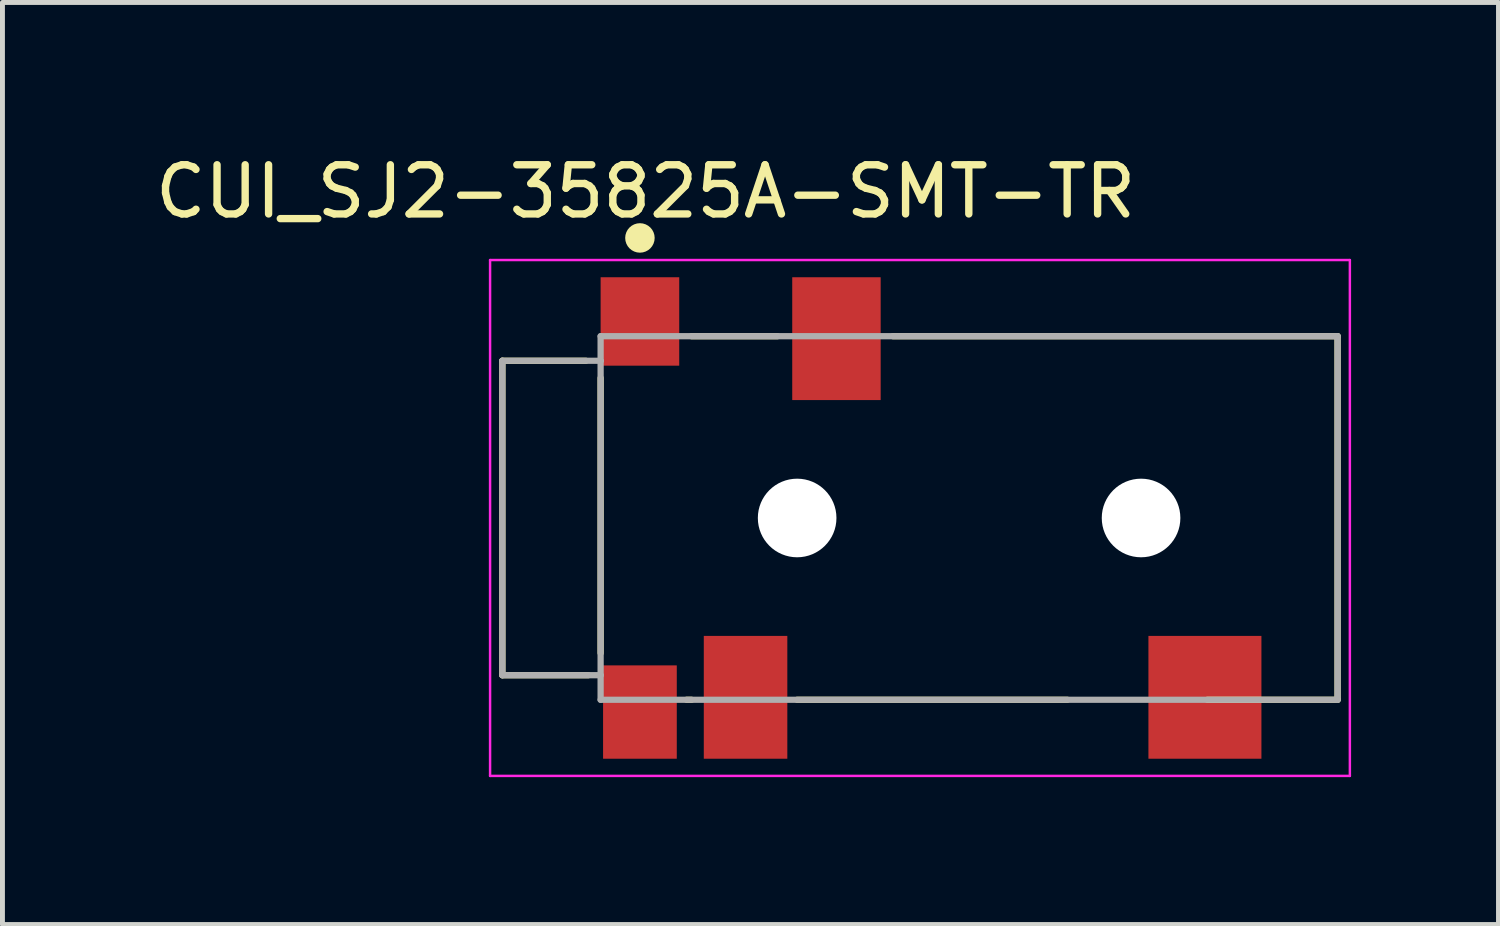
<source format=kicad_pcb>
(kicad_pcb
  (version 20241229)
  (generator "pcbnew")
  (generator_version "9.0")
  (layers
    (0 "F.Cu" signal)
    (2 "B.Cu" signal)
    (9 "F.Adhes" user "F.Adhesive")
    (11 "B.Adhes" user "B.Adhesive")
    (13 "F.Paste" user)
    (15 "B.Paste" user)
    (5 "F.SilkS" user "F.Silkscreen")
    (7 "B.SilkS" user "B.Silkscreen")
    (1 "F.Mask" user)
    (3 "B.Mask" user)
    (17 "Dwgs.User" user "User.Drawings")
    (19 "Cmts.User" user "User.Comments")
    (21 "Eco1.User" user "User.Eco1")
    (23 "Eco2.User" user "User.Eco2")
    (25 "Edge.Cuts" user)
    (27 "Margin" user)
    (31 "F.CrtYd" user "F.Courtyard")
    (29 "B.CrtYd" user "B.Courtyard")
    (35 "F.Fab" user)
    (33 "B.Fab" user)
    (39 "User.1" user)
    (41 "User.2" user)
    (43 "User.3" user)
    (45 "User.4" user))
  (footprint "CUI_SJ2-35825A-SMT-TR"
    (layer "F.Cu")
    (at 16.675 7.493)
    (property "Reference" "CUI_SJ2-35825A-SMT-TR" (at -6.584 -6.644 0) (layer "F.SilkS") (effects (font (size 1.001 1.001) (thickness 0.15))))
    (attr through_hole)
    (fp_line (start -9.5 -3.2) (end -9.5 3.2) (stroke (width 0.127) (type solid)) (layer "F.SilkS"))
    (fp_line (start -9.5 3.2) (end -7.75 3.2) (stroke (width 0.127) (type solid)) (layer "F.SilkS"))
    (fp_line (start -7.8 -3.2) (end -9.5 -3.2) (stroke (width 0.127) (type solid)) (layer "F.SilkS"))
    (fp_line (start -7.5 2.75) (end -7.5 -2.85) (stroke (width 0.127) (type solid)) (layer "F.SilkS"))
    (fp_line (start -5.75 3.7) (end -5.65 3.7) (stroke (width 0.127) (type solid)) (layer "F.SilkS"))
    (fp_line (start -5.65 -3.7) (end -3.9 -3.7) (stroke (width 0.127) (type solid)) (layer "F.SilkS"))
    (fp_line (start -1.55 -3.7) (end 7.5 -3.7) (stroke (width 0.127) (type solid)) (layer "F.SilkS"))
    (fp_line (start 2 3.7) (end -3.5 3.7) (stroke (width 0.127) (type solid)) (layer "F.SilkS"))
    (fp_line (start 7.5 -3.7) (end 7.5 3.7) (stroke (width 0.127) (type solid)) (layer "F.SilkS"))
    (fp_line (start 7.5 3.7) (end 4.85 3.7) (stroke (width 0.127) (type solid)) (layer "F.SilkS"))
    (fp_circle (center -6.7 -5.7) (end -6.55 -5.7) (stroke (width 0.3) (type solid)) (fill no) (layer "F.SilkS"))
    (fp_line (start -9.75 -5.25) (end 7.75 -5.25) (stroke (width 0.05) (type solid)) (layer "F.CrtYd"))
    (fp_line (start -9.75 5.25) (end -9.75 -5.25) (stroke (width 0.05) (type solid)) (layer "F.CrtYd"))
    (fp_line (start 7.75 -5.25) (end 7.75 5.25) (stroke (width 0.05) (type solid)) (layer "F.CrtYd"))
    (fp_line (start 7.75 5.25) (end -9.75 5.25) (stroke (width 0.05) (type solid)) (layer "F.CrtYd"))
    (fp_line (start -9.5 -3.2) (end -9.5 3.2) (stroke (width 0.127) (type solid)) (layer "F.Fab"))
    (fp_line (start -9.5 3.2) (end -7.5 3.2) (stroke (width 0.127) (type solid)) (layer "F.Fab"))
    (fp_line (start -7.5 -3.7) (end -7.5 -3.2) (stroke (width 0.127) (type solid)) (layer "F.Fab"))
    (fp_line (start -7.5 -3.2) (end -9.5 -3.2) (stroke (width 0.127) (type solid)) (layer "F.Fab"))
    (fp_line (start -7.5 -3.2) (end -7.5 3.2) (stroke (width 0.127) (type solid)) (layer "F.Fab"))
    (fp_line (start -7.5 3.2) (end -7.5 3.7) (stroke (width 0.127) (type solid)) (layer "F.Fab"))
    (fp_line (start -7.5 3.7) (end 7.5 3.7) (stroke (width 0.127) (type solid)) (layer "F.Fab"))
    (fp_line (start 7.5 -3.7) (end -7.5 -3.7) (stroke (width 0.127) (type solid)) (layer "F.Fab"))
    (fp_line (start 7.5 3.7) (end 7.5 -3.7) (stroke (width 0.127) (type solid)) (layer "F.Fab"))
    (pad "" np_thru_hole circle (at -3.5 0) (size 1.6 1.6) (drill 1.6) (layers "*.Cu" "*.Mask"))
    (pad "" np_thru_hole circle (at 3.5 0) (size 1.6 1.6) (drill 1.6) (layers "*.Cu" "*.Mask"))
    (pad "1" smd rect (at -6.7 -4) (size 1.6 1.8) (layers "F.Cu" "F.Mask" "F.Paste"))
    (pad "2" smd rect (at 4.8 3.65) (size 2.3 2.5) (layers "F.Cu" "F.Mask" "F.Paste"))
    (pad "3" smd rect (at -2.7 -3.65) (size 1.8 2.5) (layers "F.Cu" "F.Mask" "F.Paste"))
    (pad "4" smd rect (at -4.55 3.65) (size 1.7 2.5) (layers "F.Cu" "F.Mask" "F.Paste"))
    (pad "5" smd rect (at -6.7 3.95) (size 1.5 1.9) (layers "F.Cu" "F.Mask" "F.Paste")))
  (gr_rect
    (start -3 -3)
    (end 27.45 15.768)
    (stroke (width 0.1) (type default))
    (fill no)
    (layer "Edge.Cuts")))
</source>
